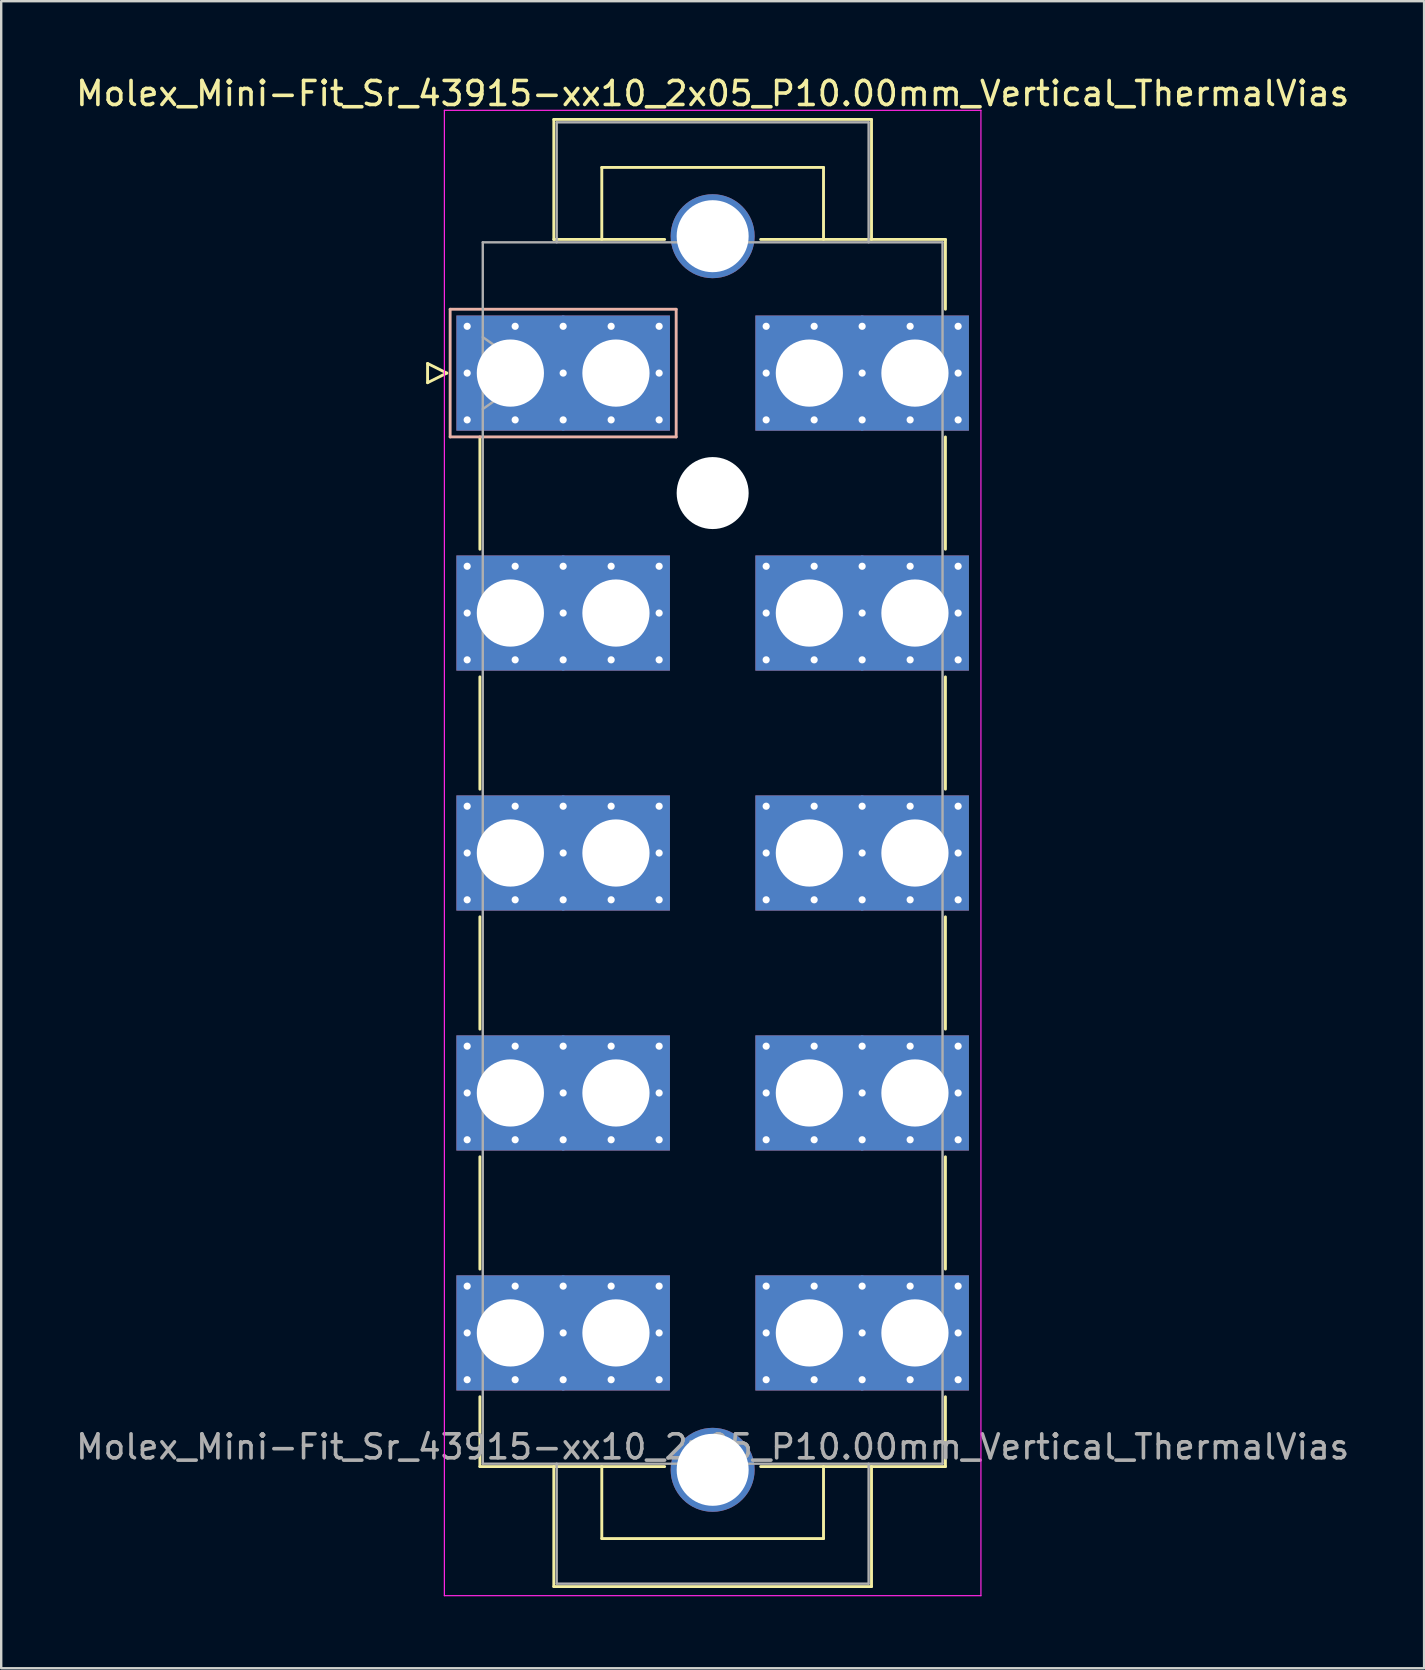
<source format=kicad_pcb>
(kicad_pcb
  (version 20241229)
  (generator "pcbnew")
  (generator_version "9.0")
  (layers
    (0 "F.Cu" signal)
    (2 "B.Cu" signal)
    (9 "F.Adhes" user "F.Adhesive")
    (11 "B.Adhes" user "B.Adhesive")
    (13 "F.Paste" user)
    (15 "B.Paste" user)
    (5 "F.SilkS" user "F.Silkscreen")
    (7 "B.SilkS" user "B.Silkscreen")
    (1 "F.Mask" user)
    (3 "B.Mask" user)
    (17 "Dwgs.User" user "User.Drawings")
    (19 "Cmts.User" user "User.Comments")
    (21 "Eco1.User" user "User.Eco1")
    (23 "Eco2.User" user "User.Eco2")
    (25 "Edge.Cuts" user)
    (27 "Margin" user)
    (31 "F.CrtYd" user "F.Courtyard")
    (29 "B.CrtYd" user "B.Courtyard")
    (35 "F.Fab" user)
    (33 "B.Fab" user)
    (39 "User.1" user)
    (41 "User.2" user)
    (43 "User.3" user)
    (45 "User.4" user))
  (footprint "Molex_Mini-Fit_Sr_43915-xx10_2x05_P10.00mm_Vertical_ThermalVias"
    (layer "F.Cu")
    (at 18.219 12.498)
    (property "Reference" "Molex_Mini-Fit_Sr_43915-xx10_2x05_P10.00mm_Vertical_ThermalVias" (at 8.43 -11.65 0) (layer "F.SilkS") (effects (font (size 1 1) (thickness 0.15))))
    (attr through_hole)
    (fp_line (start -3.45 -0.4) (end -3.45 0.4) (stroke (width 0.12) (type solid)) (layer "F.SilkS"))
    (fp_line (start -3.45 0.4) (end -2.65 0) (stroke (width 0.12) (type solid)) (layer "F.SilkS"))
    (fp_line (start -2.65 0) (end -3.45 -0.4) (stroke (width 0.12) (type solid)) (layer "F.SilkS"))
    (fp_line (start -1.27 2.66) (end -1.27 7.34) (stroke (width 0.12) (type solid)) (layer "F.SilkS"))
    (fp_line (start -1.27 12.66) (end -1.27 17.34) (stroke (width 0.12) (type solid)) (layer "F.SilkS"))
    (fp_line (start -1.27 22.66) (end -1.27 27.34) (stroke (width 0.12) (type solid)) (layer "F.SilkS"))
    (fp_line (start -1.27 32.66) (end -1.27 37.34) (stroke (width 0.12) (type solid)) (layer "F.SilkS"))
    (fp_line (start -1.27 42.66) (end -1.27 45.57) (stroke (width 0.12) (type solid)) (layer "F.SilkS"))
    (fp_line (start -1.27 45.57) (end 6.43 45.57) (stroke (width 0.12) (type solid)) (layer "F.SilkS"))
    (fp_line (start 1.81 -10.57) (end 15.05 -10.57) (stroke (width 0.12) (type solid)) (layer "F.SilkS"))
    (fp_line (start 1.81 -5.57) (end 1.81 -10.57) (stroke (width 0.12) (type solid)) (layer "F.SilkS"))
    (fp_line (start 1.81 45.57) (end 1.81 50.57) (stroke (width 0.12) (type solid)) (layer "F.SilkS"))
    (fp_line (start 1.81 50.57) (end 15.05 50.57) (stroke (width 0.12) (type solid)) (layer "F.SilkS"))
    (fp_line (start 3.81 -8.57) (end 13.05 -8.57) (stroke (width 0.12) (type solid)) (layer "F.SilkS"))
    (fp_line (start 3.81 -5.57) (end 3.81 -8.57) (stroke (width 0.12) (type solid)) (layer "F.SilkS"))
    (fp_line (start 3.81 45.57) (end 3.81 48.57) (stroke (width 0.12) (type solid)) (layer "F.SilkS"))
    (fp_line (start 3.81 48.57) (end 13.05 48.57) (stroke (width 0.12) (type solid)) (layer "F.SilkS"))
    (fp_line (start 6.43 -5.57) (end 1.81 -5.57) (stroke (width 0.12) (type solid)) (layer "F.SilkS"))
    (fp_line (start 13.05 -8.57) (end 13.05 -5.57) (stroke (width 0.12) (type solid)) (layer "F.SilkS"))
    (fp_line (start 13.05 48.57) (end 13.05 45.57) (stroke (width 0.12) (type solid)) (layer "F.SilkS"))
    (fp_line (start 15.05 -10.57) (end 15.05 -5.57) (stroke (width 0.12) (type solid)) (layer "F.SilkS"))
    (fp_line (start 15.05 50.57) (end 15.05 45.57) (stroke (width 0.12) (type solid)) (layer "F.SilkS"))
    (fp_line (start 18.13 -5.57) (end 10.43 -5.57) (stroke (width 0.12) (type solid)) (layer "F.SilkS"))
    (fp_line (start 18.13 -2.66) (end 18.13 -5.57) (stroke (width 0.12) (type solid)) (layer "F.SilkS"))
    (fp_line (start 18.13 2.66) (end 18.13 7.34) (stroke (width 0.12) (type solid)) (layer "F.SilkS"))
    (fp_line (start 18.13 12.66) (end 18.13 17.34) (stroke (width 0.12) (type solid)) (layer "F.SilkS"))
    (fp_line (start 18.13 22.66) (end 18.13 27.34) (stroke (width 0.12) (type solid)) (layer "F.SilkS"))
    (fp_line (start 18.13 32.66) (end 18.13 37.34) (stroke (width 0.12) (type solid)) (layer "F.SilkS"))
    (fp_line (start 18.13 42.66) (end 18.13 45.57) (stroke (width 0.12) (type solid)) (layer "F.SilkS"))
    (fp_line (start 18.13 45.57) (end 10.43 45.57) (stroke (width 0.12) (type solid)) (layer "F.SilkS"))
    (fp_line (start -2.51 -2.66) (end -2.51 2.66) (stroke (width 0.12) (type solid)) (layer "B.SilkS"))
    (fp_line (start -2.51 2.66) (end 6.91 2.66) (stroke (width 0.12) (type solid)) (layer "B.SilkS"))
    (fp_line (start 6.91 -2.66) (end -2.51 -2.66) (stroke (width 0.12) (type solid)) (layer "B.SilkS"))
    (fp_line (start 6.91 2.66) (end 6.91 -2.66) (stroke (width 0.12) (type solid)) (layer "B.SilkS"))
    (fp_line (start -2.75 -10.95) (end -2.75 50.95) (stroke (width 0.05) (type solid)) (layer "F.CrtYd"))
    (fp_line (start -2.75 50.95) (end 19.61 50.95) (stroke (width 0.05) (type solid)) (layer "F.CrtYd"))
    (fp_line (start 19.61 -10.95) (end -2.75 -10.95) (stroke (width 0.05) (type solid)) (layer "F.CrtYd"))
    (fp_line (start 19.61 50.95) (end 19.61 -10.95) (stroke (width 0.05) (type solid)) (layer "F.CrtYd"))
    (fp_line (start -1.15 -5.45) (end -1.15 45.45) (stroke (width 0.1) (type solid)) (layer "F.Fab"))
    (fp_line (start -1.15 -1.5) (end 0.971 0) (stroke (width 0.1) (type solid)) (layer "F.Fab"))
    (fp_line (start -1.15 45.45) (end 18.01 45.45) (stroke (width 0.1) (type solid)) (layer "F.Fab"))
    (fp_line (start 0.971 0) (end -1.15 1.5) (stroke (width 0.1) (type solid)) (layer "F.Fab"))
    (fp_line (start 1.93 -10.45) (end 14.93 -10.45) (stroke (width 0.1) (type solid)) (layer "F.Fab"))
    (fp_line (start 1.93 -5.45) (end 1.93 -10.45) (stroke (width 0.1) (type solid)) (layer "F.Fab"))
    (fp_line (start 1.93 45.45) (end 1.93 50.45) (stroke (width 0.1) (type solid)) (layer "F.Fab"))
    (fp_line (start 1.93 50.45) (end 14.93 50.45) (stroke (width 0.1) (type solid)) (layer "F.Fab"))
    (fp_line (start 14.93 -10.45) (end 14.93 -5.45) (stroke (width 0.1) (type solid)) (layer "F.Fab"))
    (fp_line (start 14.93 50.45) (end 14.93 45.45) (stroke (width 0.1) (type solid)) (layer "F.Fab"))
    (fp_line (start 18.01 -5.45) (end -1.15 -5.45) (stroke (width 0.1) (type solid)) (layer "F.Fab"))
    (fp_line (start 18.01 45.45) (end 18.01 -5.45) (stroke (width 0.1) (type solid)) (layer "F.Fab"))
    (fp_text user "${REFERENCE}" (at 8.43 44.75 0) (layer "F.Fab") (effects (font (size 1 1) (thickness 0.15))))
    (pad "" thru_hole circle (at 8.43 -5.705) (size 3.5 3.5) (drill 3) (layers "*.Cu" "*.Mask"))
    (pad "" np_thru_hole circle (at 8.43 5) (size 3 3) (drill 3) (layers "*.Cu" "*.Mask"))
    (pad "" thru_hole circle (at 8.43 45.705) (size 3.5 3.5) (drill 3) (layers "*.Cu" "*.Mask"))
    (pad "1" thru_hole roundrect (at -1.8 -1.95) (size 0.6 0.6) (drill 0.3) (layers "*.Cu" "*.Mask") (roundrect_rratio 0.25))
    (pad "1" thru_hole roundrect (at -1.8 0) (size 0.6 0.6) (drill 0.3) (layers "*.Cu" "*.Mask") (roundrect_rratio 0.25))
    (pad "1" thru_hole roundrect (at -1.8 1.95) (size 0.6 0.6) (drill 0.3) (layers "*.Cu" "*.Mask") (roundrect_rratio 0.25))
    (pad "1" thru_hole rect (at 0 0) (size 4.5 4.8) (drill 2.8) (layers "*.Cu" "*.Mask"))
    (pad "1" thru_hole roundrect (at 0.2 -1.95) (size 0.6 0.6) (drill 0.3) (layers "*.Cu" "*.Mask") (roundrect_rratio 0.25))
    (pad "1" thru_hole roundrect (at 0.2 1.95) (size 0.6 0.6) (drill 0.3) (layers "*.Cu" "*.Mask") (roundrect_rratio 0.25))
    (pad "1" thru_hole roundrect (at 2.2 -1.95) (size 0.6 0.6) (drill 0.3) (layers "*.Cu" "*.Mask") (roundrect_rratio 0.25))
    (pad "1" thru_hole roundrect (at 2.2 0) (size 0.6 0.6) (drill 0.3) (layers "*.Cu" "*.Mask") (roundrect_rratio 0.25))
    (pad "1" thru_hole roundrect (at 2.2 1.95) (size 0.6 0.6) (drill 0.3) (layers "*.Cu" "*.Mask") (roundrect_rratio 0.25))
    (pad "1" thru_hole roundrect (at 4.2 -1.95) (size 0.6 0.6) (drill 0.3) (layers "*.Cu" "*.Mask") (roundrect_rratio 0.25))
    (pad "1" thru_hole roundrect (at 4.2 1.95) (size 0.6 0.6) (drill 0.3) (layers "*.Cu" "*.Mask") (roundrect_rratio 0.25))
    (pad "1" thru_hole rect (at 4.4 0) (size 4.5 4.8) (drill 2.8) (layers "*.Cu" "*.Mask"))
    (pad "1" thru_hole roundrect (at 6.2 -1.95) (size 0.6 0.6) (drill 0.3) (layers "*.Cu" "*.Mask") (roundrect_rratio 0.25))
    (pad "1" thru_hole roundrect (at 6.2 0) (size 0.6 0.6) (drill 0.3) (layers "*.Cu" "*.Mask") (roundrect_rratio 0.25))
    (pad "1" thru_hole roundrect (at 6.2 1.95) (size 0.6 0.6) (drill 0.3) (layers "*.Cu" "*.Mask") (roundrect_rratio 0.25))
    (pad "2" thru_hole circle (at -1.8 8.05) (size 0.6 0.6) (drill 0.3) (layers "*.Cu" "*.Mask"))
    (pad "2" thru_hole circle (at -1.8 10) (size 0.6 0.6) (drill 0.3) (layers "*.Cu" "*.Mask"))
    (pad "2" thru_hole circle (at -1.8 11.95) (size 0.6 0.6) (drill 0.3) (layers "*.Cu" "*.Mask"))
    (pad "2" thru_hole rect (at 0 10) (size 4.5 4.8) (drill 2.8) (layers "*.Cu" "*.Mask"))
    (pad "2" thru_hole circle (at 0.2 8.05) (size 0.6 0.6) (drill 0.3) (layers "*.Cu" "*.Mask"))
    (pad "2" thru_hole circle (at 0.2 11.95) (size 0.6 0.6) (drill 0.3) (layers "*.Cu" "*.Mask"))
    (pad "2" thru_hole circle (at 2.2 8.05) (size 0.6 0.6) (drill 0.3) (layers "*.Cu" "*.Mask"))
    (pad "2" thru_hole circle (at 2.2 10) (size 0.6 0.6) (drill 0.3) (layers "*.Cu" "*.Mask"))
    (pad "2" thru_hole circle (at 2.2 11.95) (size 0.6 0.6) (drill 0.3) (layers "*.Cu" "*.Mask"))
    (pad "2" thru_hole circle (at 4.2 8.05) (size 0.6 0.6) (drill 0.3) (layers "*.Cu" "*.Mask"))
    (pad "2" thru_hole circle (at 4.2 11.95) (size 0.6 0.6) (drill 0.3) (layers "*.Cu" "*.Mask"))
    (pad "2" thru_hole rect (at 4.4 10) (size 4.5 4.8) (drill 2.8) (layers "*.Cu" "*.Mask"))
    (pad "2" thru_hole circle (at 6.2 8.05) (size 0.6 0.6) (drill 0.3) (layers "*.Cu" "*.Mask"))
    (pad "2" thru_hole circle (at 6.2 10) (size 0.6 0.6) (drill 0.3) (layers "*.Cu" "*.Mask"))
    (pad "2" thru_hole circle (at 6.2 11.95) (size 0.6 0.6) (drill 0.3) (layers "*.Cu" "*.Mask"))
    (pad "3" thru_hole circle (at -1.8 18.05) (size 0.6 0.6) (drill 0.3) (layers "*.Cu" "*.Mask"))
    (pad "3" thru_hole circle (at -1.8 20) (size 0.6 0.6) (drill 0.3) (layers "*.Cu" "*.Mask"))
    (pad "3" thru_hole circle (at -1.8 21.95) (size 0.6 0.6) (drill 0.3) (layers "*.Cu" "*.Mask"))
    (pad "3" thru_hole rect (at 0 20) (size 4.5 4.8) (drill 2.8) (layers "*.Cu" "*.Mask"))
    (pad "3" thru_hole circle (at 0.2 18.05) (size 0.6 0.6) (drill 0.3) (layers "*.Cu" "*.Mask"))
    (pad "3" thru_hole circle (at 0.2 21.95) (size 0.6 0.6) (drill 0.3) (layers "*.Cu" "*.Mask"))
    (pad "3" thru_hole circle (at 2.2 18.05) (size 0.6 0.6) (drill 0.3) (layers "*.Cu" "*.Mask"))
    (pad "3" thru_hole circle (at 2.2 20) (size 0.6 0.6) (drill 0.3) (layers "*.Cu" "*.Mask"))
    (pad "3" thru_hole circle (at 2.2 21.95) (size 0.6 0.6) (drill 0.3) (layers "*.Cu" "*.Mask"))
    (pad "3" thru_hole circle (at 4.2 18.05) (size 0.6 0.6) (drill 0.3) (layers "*.Cu" "*.Mask"))
    (pad "3" thru_hole circle (at 4.2 21.95) (size 0.6 0.6) (drill 0.3) (layers "*.Cu" "*.Mask"))
    (pad "3" thru_hole rect (at 4.4 20) (size 4.5 4.8) (drill 2.8) (layers "*.Cu" "*.Mask"))
    (pad "3" thru_hole circle (at 6.2 18.05) (size 0.6 0.6) (drill 0.3) (layers "*.Cu" "*.Mask"))
    (pad "3" thru_hole circle (at 6.2 20) (size 0.6 0.6) (drill 0.3) (layers "*.Cu" "*.Mask"))
    (pad "3" thru_hole circle (at 6.2 21.95) (size 0.6 0.6) (drill 0.3) (layers "*.Cu" "*.Mask"))
    (pad "4" thru_hole circle (at -1.8 28.05) (size 0.6 0.6) (drill 0.3) (layers "*.Cu" "*.Mask"))
    (pad "4" thru_hole circle (at -1.8 30) (size 0.6 0.6) (drill 0.3) (layers "*.Cu" "*.Mask"))
    (pad "4" thru_hole circle (at -1.8 31.95) (size 0.6 0.6) (drill 0.3) (layers "*.Cu" "*.Mask"))
    (pad "4" thru_hole rect (at 0 30) (size 4.5 4.8) (drill 2.8) (layers "*.Cu" "*.Mask"))
    (pad "4" thru_hole circle (at 0.2 28.05) (size 0.6 0.6) (drill 0.3) (layers "*.Cu" "*.Mask"))
    (pad "4" thru_hole circle (at 0.2 31.95) (size 0.6 0.6) (drill 0.3) (layers "*.Cu" "*.Mask"))
    (pad "4" thru_hole circle (at 2.2 28.05) (size 0.6 0.6) (drill 0.3) (layers "*.Cu" "*.Mask"))
    (pad "4" thru_hole circle (at 2.2 30) (size 0.6 0.6) (drill 0.3) (layers "*.Cu" "*.Mask"))
    (pad "4" thru_hole circle (at 2.2 31.95) (size 0.6 0.6) (drill 0.3) (layers "*.Cu" "*.Mask"))
    (pad "4" thru_hole circle (at 4.2 28.05) (size 0.6 0.6) (drill 0.3) (layers "*.Cu" "*.Mask"))
    (pad "4" thru_hole circle (at 4.2 31.95) (size 0.6 0.6) (drill 0.3) (layers "*.Cu" "*.Mask"))
    (pad "4" thru_hole rect (at 4.4 30) (size 4.5 4.8) (drill 2.8) (layers "*.Cu" "*.Mask"))
    (pad "4" thru_hole circle (at 6.2 28.05) (size 0.6 0.6) (drill 0.3) (layers "*.Cu" "*.Mask"))
    (pad "4" thru_hole circle (at 6.2 30) (size 0.6 0.6) (drill 0.3) (layers "*.Cu" "*.Mask"))
    (pad "4" thru_hole circle (at 6.2 31.95) (size 0.6 0.6) (drill 0.3) (layers "*.Cu" "*.Mask"))
    (pad "5" thru_hole circle (at -1.8 38.05) (size 0.6 0.6) (drill 0.3) (layers "*.Cu" "*.Mask"))
    (pad "5" thru_hole circle (at -1.8 40) (size 0.6 0.6) (drill 0.3) (layers "*.Cu" "*.Mask"))
    (pad "5" thru_hole circle (at -1.8 41.95) (size 0.6 0.6) (drill 0.3) (layers "*.Cu" "*.Mask"))
    (pad "5" thru_hole rect (at 0 40) (size 4.5 4.8) (drill 2.8) (layers "*.Cu" "*.Mask"))
    (pad "5" thru_hole circle (at 0.2 38.05) (size 0.6 0.6) (drill 0.3) (layers "*.Cu" "*.Mask"))
    (pad "5" thru_hole circle (at 0.2 41.95) (size 0.6 0.6) (drill 0.3) (layers "*.Cu" "*.Mask"))
    (pad "5" thru_hole circle (at 2.2 38.05) (size 0.6 0.6) (drill 0.3) (layers "*.Cu" "*.Mask"))
    (pad "5" thru_hole circle (at 2.2 40) (size 0.6 0.6) (drill 0.3) (layers "*.Cu" "*.Mask"))
    (pad "5" thru_hole circle (at 2.2 41.95) (size 0.6 0.6) (drill 0.3) (layers "*.Cu" "*.Mask"))
    (pad "5" thru_hole circle (at 4.2 38.05) (size 0.6 0.6) (drill 0.3) (layers "*.Cu" "*.Mask"))
    (pad "5" thru_hole circle (at 4.2 41.95) (size 0.6 0.6) (drill 0.3) (layers "*.Cu" "*.Mask"))
    (pad "5" thru_hole rect (at 4.4 40) (size 4.5 4.8) (drill 2.8) (layers "*.Cu" "*.Mask"))
    (pad "5" thru_hole circle (at 6.2 38.05) (size 0.6 0.6) (drill 0.3) (layers "*.Cu" "*.Mask"))
    (pad "5" thru_hole circle (at 6.2 40) (size 0.6 0.6) (drill 0.3) (layers "*.Cu" "*.Mask"))
    (pad "5" thru_hole circle (at 6.2 41.95) (size 0.6 0.6) (drill 0.3) (layers "*.Cu" "*.Mask"))
    (pad "6" thru_hole circle (at 10.66 -1.95) (size 0.6 0.6) (drill 0.3) (layers "*.Cu" "*.Mask"))
    (pad "6" thru_hole circle (at 10.66 0) (size 0.6 0.6) (drill 0.3) (layers "*.Cu" "*.Mask"))
    (pad "6" thru_hole circle (at 10.66 1.95) (size 0.6 0.6) (drill 0.3) (layers "*.Cu" "*.Mask"))
    (pad "6" thru_hole rect (at 12.46 0) (size 4.5 4.8) (drill 2.8) (layers "*.Cu" "*.Mask"))
    (pad "6" thru_hole circle (at 12.66 -1.95) (size 0.6 0.6) (drill 0.3) (layers "*.Cu" "*.Mask"))
    (pad "6" thru_hole circle (at 12.66 1.95) (size 0.6 0.6) (drill 0.3) (layers "*.Cu" "*.Mask"))
    (pad "6" thru_hole circle (at 14.66 -1.95) (size 0.6 0.6) (drill 0.3) (layers "*.Cu" "*.Mask"))
    (pad "6" thru_hole circle (at 14.66 0) (size 0.6 0.6) (drill 0.3) (layers "*.Cu" "*.Mask"))
    (pad "6" thru_hole circle (at 14.66 1.95) (size 0.6 0.6) (drill 0.3) (layers "*.Cu" "*.Mask"))
    (pad "6" thru_hole circle (at 16.66 -1.95) (size 0.6 0.6) (drill 0.3) (layers "*.Cu" "*.Mask"))
    (pad "6" thru_hole circle (at 16.66 1.95) (size 0.6 0.6) (drill 0.3) (layers "*.Cu" "*.Mask"))
    (pad "6" thru_hole rect (at 16.86 0) (size 4.5 4.8) (drill 2.8) (layers "*.Cu" "*.Mask"))
    (pad "6" thru_hole circle (at 18.66 -1.95) (size 0.6 0.6) (drill 0.3) (layers "*.Cu" "*.Mask"))
    (pad "6" thru_hole circle (at 18.66 0) (size 0.6 0.6) (drill 0.3) (layers "*.Cu" "*.Mask"))
    (pad "6" thru_hole circle (at 18.66 1.95) (size 0.6 0.6) (drill 0.3) (layers "*.Cu" "*.Mask"))
    (pad "7" thru_hole circle (at 10.66 8.05) (size 0.6 0.6) (drill 0.3) (layers "*.Cu" "*.Mask"))
    (pad "7" thru_hole circle (at 10.66 10) (size 0.6 0.6) (drill 0.3) (layers "*.Cu" "*.Mask"))
    (pad "7" thru_hole circle (at 10.66 11.95) (size 0.6 0.6) (drill 0.3) (layers "*.Cu" "*.Mask"))
    (pad "7" thru_hole rect (at 12.46 10) (size 4.5 4.8) (drill 2.8) (layers "*.Cu" "*.Mask"))
    (pad "7" thru_hole circle (at 12.66 8.05) (size 0.6 0.6) (drill 0.3) (layers "*.Cu" "*.Mask"))
    (pad "7" thru_hole circle (at 12.66 11.95) (size 0.6 0.6) (drill 0.3) (layers "*.Cu" "*.Mask"))
    (pad "7" thru_hole circle (at 14.66 8.05) (size 0.6 0.6) (drill 0.3) (layers "*.Cu" "*.Mask"))
    (pad "7" thru_hole circle (at 14.66 10) (size 0.6 0.6) (drill 0.3) (layers "*.Cu" "*.Mask"))
    (pad "7" thru_hole circle (at 14.66 11.95) (size 0.6 0.6) (drill 0.3) (layers "*.Cu" "*.Mask"))
    (pad "7" thru_hole circle (at 16.66 8.05) (size 0.6 0.6) (drill 0.3) (layers "*.Cu" "*.Mask"))
    (pad "7" thru_hole circle (at 16.66 11.95) (size 0.6 0.6) (drill 0.3) (layers "*.Cu" "*.Mask"))
    (pad "7" thru_hole rect (at 16.86 10) (size 4.5 4.8) (drill 2.8) (layers "*.Cu" "*.Mask"))
    (pad "7" thru_hole circle (at 18.66 8.05) (size 0.6 0.6) (drill 0.3) (layers "*.Cu" "*.Mask"))
    (pad "7" thru_hole circle (at 18.66 10) (size 0.6 0.6) (drill 0.3) (layers "*.Cu" "*.Mask"))
    (pad "7" thru_hole circle (at 18.66 11.95) (size 0.6 0.6) (drill 0.3) (layers "*.Cu" "*.Mask"))
    (pad "8" thru_hole circle (at 10.66 18.05) (size 0.6 0.6) (drill 0.3) (layers "*.Cu" "*.Mask"))
    (pad "8" thru_hole circle (at 10.66 20) (size 0.6 0.6) (drill 0.3) (layers "*.Cu" "*.Mask"))
    (pad "8" thru_hole circle (at 10.66 21.95) (size 0.6 0.6) (drill 0.3) (layers "*.Cu" "*.Mask"))
    (pad "8" thru_hole rect (at 12.46 20) (size 4.5 4.8) (drill 2.8) (layers "*.Cu" "*.Mask"))
    (pad "8" thru_hole circle (at 12.66 18.05) (size 0.6 0.6) (drill 0.3) (layers "*.Cu" "*.Mask"))
    (pad "8" thru_hole circle (at 12.66 21.95) (size 0.6 0.6) (drill 0.3) (layers "*.Cu" "*.Mask"))
    (pad "8" thru_hole circle (at 14.66 18.05) (size 0.6 0.6) (drill 0.3) (layers "*.Cu" "*.Mask"))
    (pad "8" thru_hole circle (at 14.66 20) (size 0.6 0.6) (drill 0.3) (layers "*.Cu" "*.Mask"))
    (pad "8" thru_hole circle (at 14.66 21.95) (size 0.6 0.6) (drill 0.3) (layers "*.Cu" "*.Mask"))
    (pad "8" thru_hole circle (at 16.66 18.05) (size 0.6 0.6) (drill 0.3) (layers "*.Cu" "*.Mask"))
    (pad "8" thru_hole circle (at 16.66 21.95) (size 0.6 0.6) (drill 0.3) (layers "*.Cu" "*.Mask"))
    (pad "8" thru_hole rect (at 16.86 20) (size 4.5 4.8) (drill 2.8) (layers "*.Cu" "*.Mask"))
    (pad "8" thru_hole circle (at 18.66 18.05) (size 0.6 0.6) (drill 0.3) (layers "*.Cu" "*.Mask"))
    (pad "8" thru_hole circle (at 18.66 20) (size 0.6 0.6) (drill 0.3) (layers "*.Cu" "*.Mask"))
    (pad "8" thru_hole circle (at 18.66 21.95) (size 0.6 0.6) (drill 0.3) (layers "*.Cu" "*.Mask"))
    (pad "9" thru_hole circle (at 10.66 28.05) (size 0.6 0.6) (drill 0.3) (layers "*.Cu" "*.Mask"))
    (pad "9" thru_hole circle (at 10.66 30) (size 0.6 0.6) (drill 0.3) (layers "*.Cu" "*.Mask"))
    (pad "9" thru_hole circle (at 10.66 31.95) (size 0.6 0.6) (drill 0.3) (layers "*.Cu" "*.Mask"))
    (pad "9" thru_hole rect (at 12.46 30) (size 4.5 4.8) (drill 2.8) (layers "*.Cu" "*.Mask"))
    (pad "9" thru_hole circle (at 12.66 28.05) (size 0.6 0.6) (drill 0.3) (layers "*.Cu" "*.Mask"))
    (pad "9" thru_hole circle (at 12.66 31.95) (size 0.6 0.6) (drill 0.3) (layers "*.Cu" "*.Mask"))
    (pad "9" thru_hole circle (at 14.66 28.05) (size 0.6 0.6) (drill 0.3) (layers "*.Cu" "*.Mask"))
    (pad "9" thru_hole circle (at 14.66 30) (size 0.6 0.6) (drill 0.3) (layers "*.Cu" "*.Mask"))
    (pad "9" thru_hole circle (at 14.66 31.95) (size 0.6 0.6) (drill 0.3) (layers "*.Cu" "*.Mask"))
    (pad "9" thru_hole circle (at 16.66 28.05) (size 0.6 0.6) (drill 0.3) (layers "*.Cu" "*.Mask"))
    (pad "9" thru_hole circle (at 16.66 31.95) (size 0.6 0.6) (drill 0.3) (layers "*.Cu" "*.Mask"))
    (pad "9" thru_hole rect (at 16.86 30) (size 4.5 4.8) (drill 2.8) (layers "*.Cu" "*.Mask"))
    (pad "9" thru_hole circle (at 18.66 28.05) (size 0.6 0.6) (drill 0.3) (layers "*.Cu" "*.Mask"))
    (pad "9" thru_hole circle (at 18.66 30) (size 0.6 0.6) (drill 0.3) (layers "*.Cu" "*.Mask"))
    (pad "9" thru_hole circle (at 18.66 31.95) (size 0.6 0.6) (drill 0.3) (layers "*.Cu" "*.Mask"))
    (pad "10" thru_hole circle (at 10.66 38.05) (size 0.6 0.6) (drill 0.3) (layers "*.Cu" "*.Mask"))
    (pad "10" thru_hole circle (at 10.66 40) (size 0.6 0.6) (drill 0.3) (layers "*.Cu" "*.Mask"))
    (pad "10" thru_hole circle (at 10.66 41.95) (size 0.6 0.6) (drill 0.3) (layers "*.Cu" "*.Mask"))
    (pad "10" thru_hole rect (at 12.46 40) (size 4.5 4.8) (drill 2.8) (layers "*.Cu" "*.Mask"))
    (pad "10" thru_hole circle (at 12.66 38.05) (size 0.6 0.6) (drill 0.3) (layers "*.Cu" "*.Mask"))
    (pad "10" thru_hole circle (at 12.66 41.95) (size 0.6 0.6) (drill 0.3) (layers "*.Cu" "*.Mask"))
    (pad "10" thru_hole circle (at 14.66 38.05) (size 0.6 0.6) (drill 0.3) (layers "*.Cu" "*.Mask"))
    (pad "10" thru_hole circle (at 14.66 40) (size 0.6 0.6) (drill 0.3) (layers "*.Cu" "*.Mask"))
    (pad "10" thru_hole circle (at 14.66 41.95) (size 0.6 0.6) (drill 0.3) (layers "*.Cu" "*.Mask"))
    (pad "10" thru_hole circle (at 16.66 38.05) (size 0.6 0.6) (drill 0.3) (layers "*.Cu" "*.Mask"))
    (pad "10" thru_hole circle (at 16.66 41.95) (size 0.6 0.6) (drill 0.3) (layers "*.Cu" "*.Mask"))
    (pad "10" thru_hole rect (at 16.86 40) (size 4.5 4.8) (drill 2.8) (layers "*.Cu" "*.Mask"))
    (pad "10" thru_hole circle (at 18.66 38.05) (size 0.6 0.6) (drill 0.3) (layers "*.Cu" "*.Mask"))
    (pad "10" thru_hole circle (at 18.66 40) (size 0.6 0.6) (drill 0.3) (layers "*.Cu" "*.Mask"))
    (pad "10" thru_hole circle (at 18.66 41.95) (size 0.6 0.6) (drill 0.3) (layers "*.Cu" "*.Mask")))
  (gr_rect
    (start -3 -3)
    (end 56.298 66.473)
    (stroke (width 0.1) (type default))
    (fill no)
    (layer "Edge.Cuts")))
</source>
